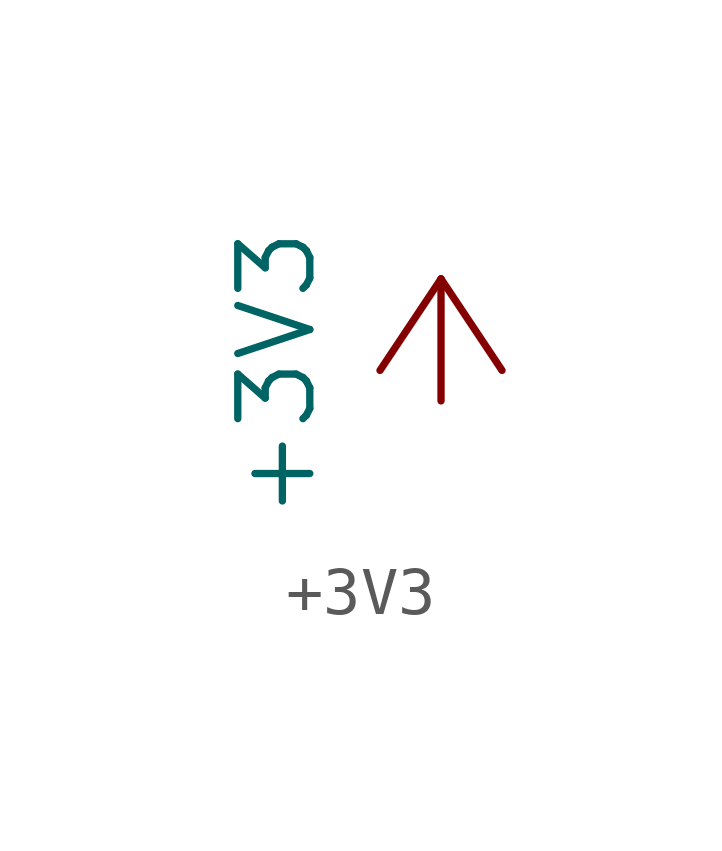
<source format=kicad_sym>
(kicad_symbol_lib
  (version 20211014)
  (generator kicad_symbol_editor)
  (symbol "+3V3"
    (power)
    (pin_names
      (offset 1.016))
    (property "Reference" "#+3V3"
      (at 0 0 0)
      (effects (font (size 0.787 0.787)) hide))
    (property "Value" "+3V3"
      (at -2.54 -5.08 90)
      (effects (font (size 1.499 1.499)) (justify left bottom)))
    (property "ki_locked" ""
      (at 0 0 0)
      (effects (font (size 1.27 1.27))))
    (symbol "+3V3_1_0"
      (polyline (pts (xy 0 0) (xy -1.27 -1.905)) (stroke (width 0) (type default) (color 0 0 0 0)) (fill (type none)))
      (polyline (pts (xy 1.27 -1.905) (xy 0 0)) (stroke (width 0) (type default) (color 0 0 0 0)) (fill (type none)))
      (pin power_in line (at 0 -2.54 90) (length 2.54) (name "+3V3" (effects (font (size 0 0)))) (number "1" (effects (font (size 0 0))))))))
</source>
